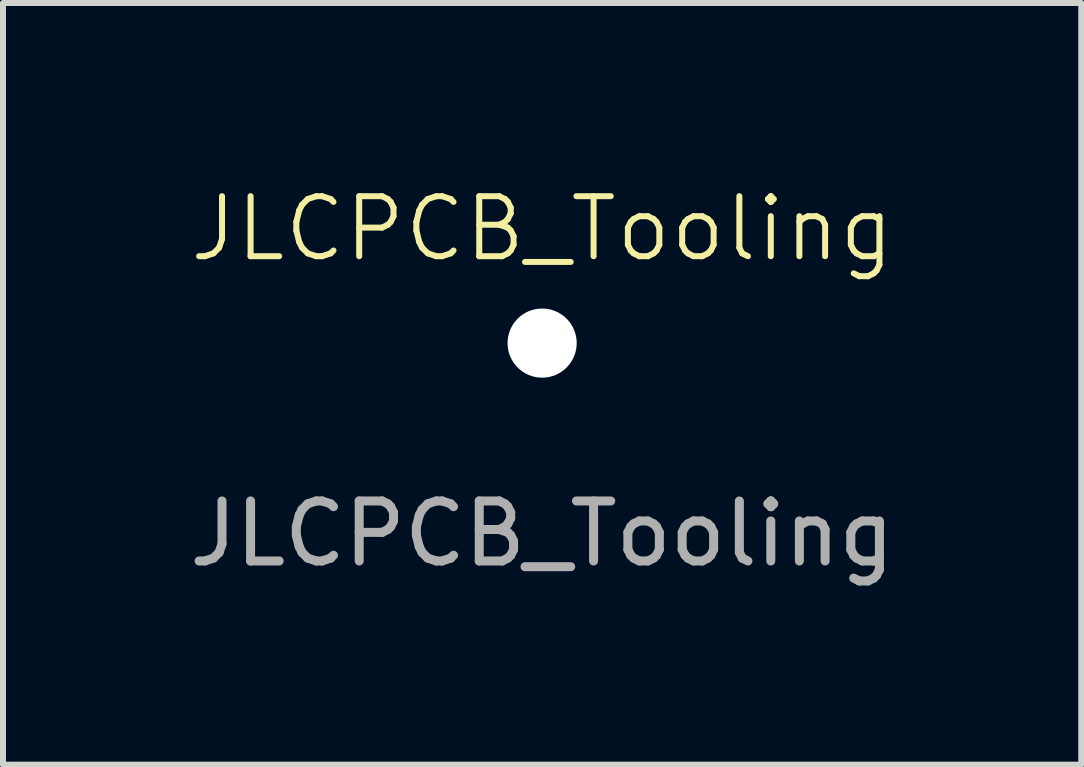
<source format=kicad_pcb>
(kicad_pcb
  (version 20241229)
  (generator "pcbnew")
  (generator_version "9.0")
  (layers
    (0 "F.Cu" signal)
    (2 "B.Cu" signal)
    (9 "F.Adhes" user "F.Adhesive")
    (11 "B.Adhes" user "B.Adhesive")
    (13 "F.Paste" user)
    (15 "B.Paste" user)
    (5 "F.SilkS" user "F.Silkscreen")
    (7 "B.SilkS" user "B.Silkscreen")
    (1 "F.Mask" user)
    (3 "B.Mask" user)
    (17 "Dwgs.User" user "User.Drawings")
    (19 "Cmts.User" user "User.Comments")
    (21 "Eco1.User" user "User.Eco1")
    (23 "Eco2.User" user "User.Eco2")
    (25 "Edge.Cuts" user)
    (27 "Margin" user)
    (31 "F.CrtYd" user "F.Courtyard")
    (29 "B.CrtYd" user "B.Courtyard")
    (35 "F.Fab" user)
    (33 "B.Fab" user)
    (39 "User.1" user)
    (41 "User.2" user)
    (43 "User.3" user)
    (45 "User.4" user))
  (footprint "JLCPCB_Tooling"
    (layer "F.Cu")
    (at 5.982 2.666)
    (property "Reference" "JLCPCB_Tooling" (at 0 -1.905 0) (unlocked yes) (layer "F.SilkS") (effects (font (size 1 1) (thickness 0.1))))
    (attr through_hole)
    (fp_text user "${REFERENCE}" (at 0 3.175 0) (unlocked yes) (layer "F.Fab") (effects (font (size 1 1) (thickness 0.15))))
    (pad "" np_thru_hole circle (at 0 0) (size 1.152 1.152) (drill 1.152) (layers "*.Cu" "*.Mask")))
  (gr_rect
    (start -3 -3)
    (end 14.964 9.689)
    (stroke (width 0.1) (type default))
    (fill no)
    (layer "Edge.Cuts")))
</source>
